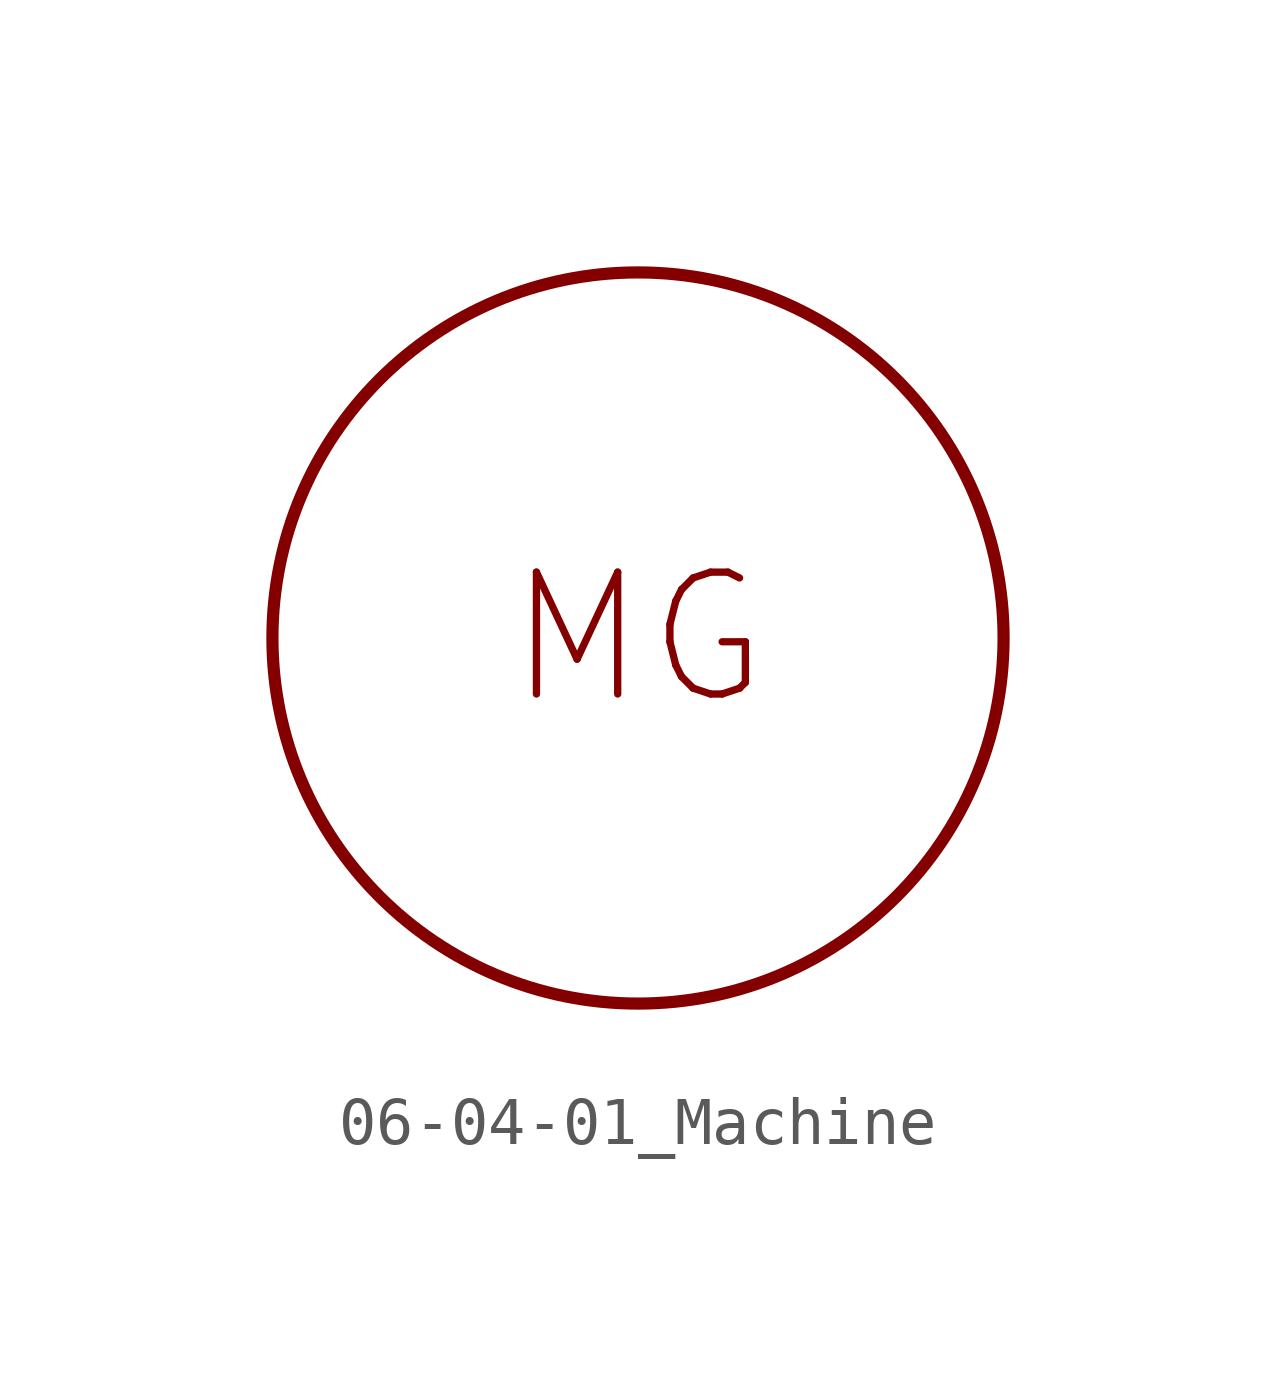
<source format=kicad_sym>
(kicad_symbol_lib
  (version 20201005)
  (generator kicad_symbol_editor)
  (symbol "Symbol_IEC_60617-6:06-04-01_Machine"
    (property "Reference" "#SYM"
      (at 0 0 0)
      (effects (font (size 1.27 1.27)) hide))
    (symbol "06-04-01_Machine_0_1"
      (circle (center 0 0) (radius 7.62) (stroke (width 0.254)) (fill (type none))))
    (symbol "06-04-01_Machine_1_1"
      (text "MG" (at 0 0 0) (effects (font (size 2.54 2.54)))))))
</source>
